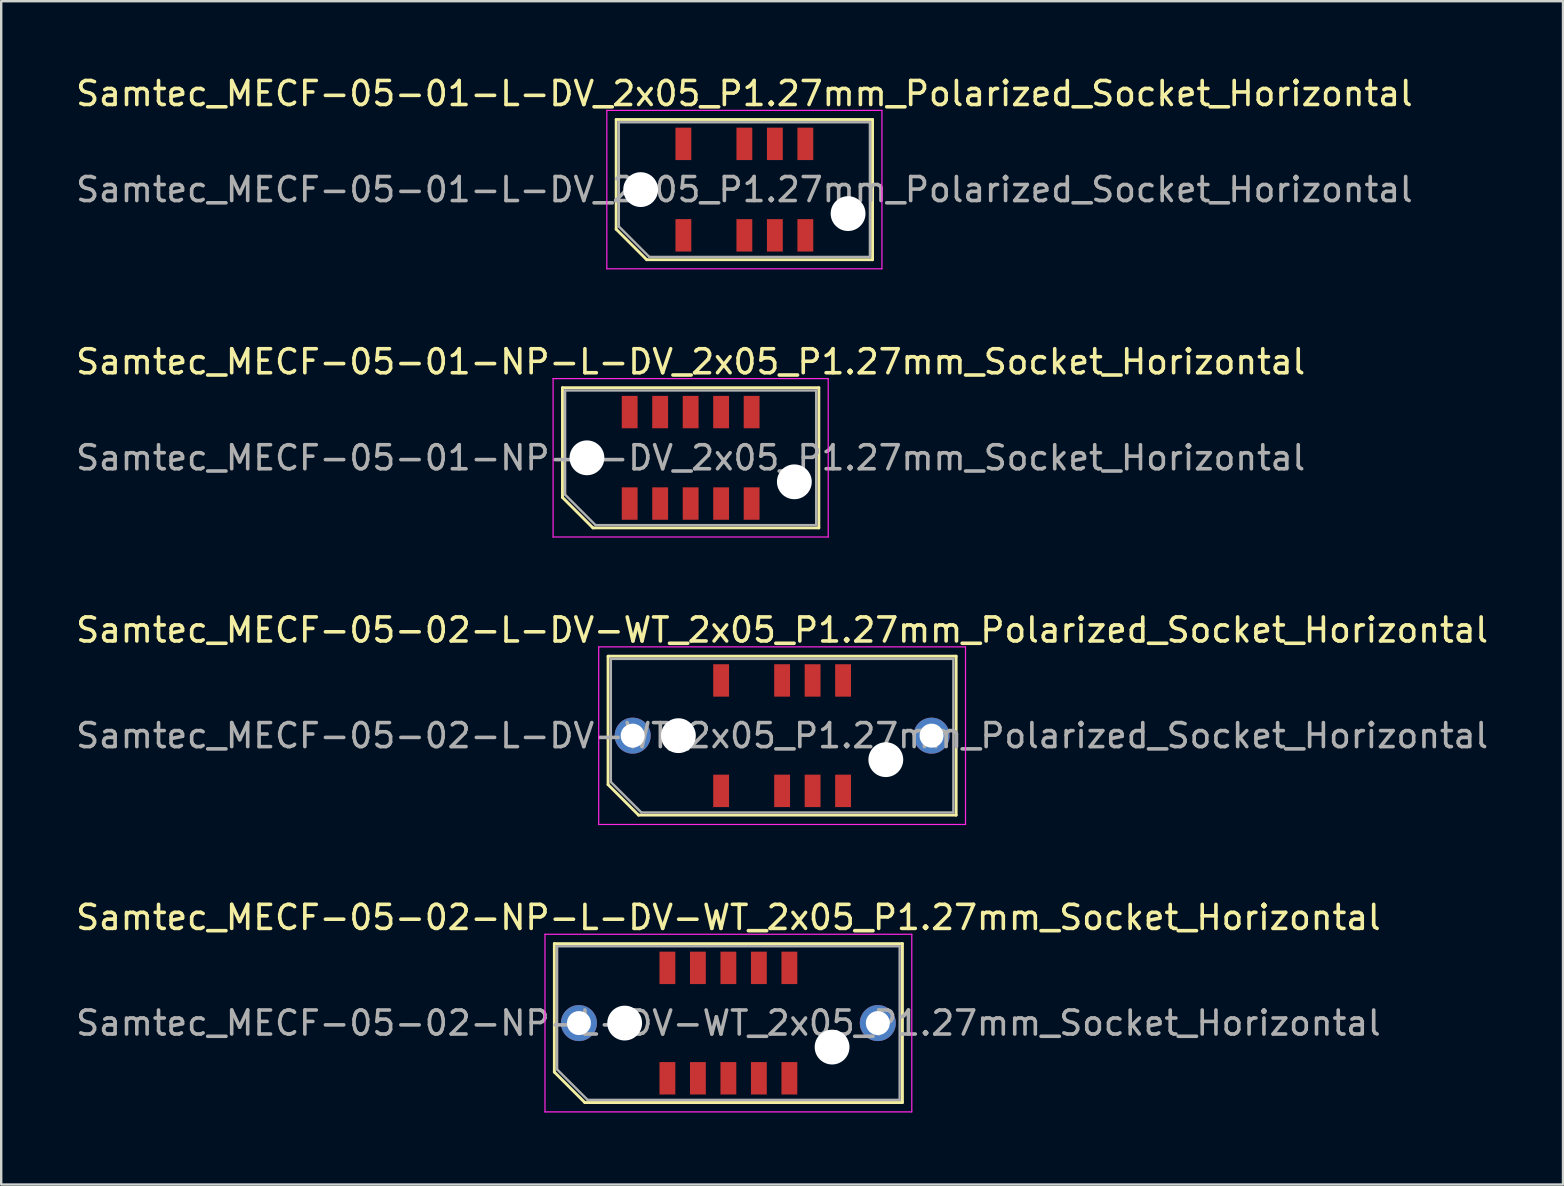
<source format=kicad_pcb>
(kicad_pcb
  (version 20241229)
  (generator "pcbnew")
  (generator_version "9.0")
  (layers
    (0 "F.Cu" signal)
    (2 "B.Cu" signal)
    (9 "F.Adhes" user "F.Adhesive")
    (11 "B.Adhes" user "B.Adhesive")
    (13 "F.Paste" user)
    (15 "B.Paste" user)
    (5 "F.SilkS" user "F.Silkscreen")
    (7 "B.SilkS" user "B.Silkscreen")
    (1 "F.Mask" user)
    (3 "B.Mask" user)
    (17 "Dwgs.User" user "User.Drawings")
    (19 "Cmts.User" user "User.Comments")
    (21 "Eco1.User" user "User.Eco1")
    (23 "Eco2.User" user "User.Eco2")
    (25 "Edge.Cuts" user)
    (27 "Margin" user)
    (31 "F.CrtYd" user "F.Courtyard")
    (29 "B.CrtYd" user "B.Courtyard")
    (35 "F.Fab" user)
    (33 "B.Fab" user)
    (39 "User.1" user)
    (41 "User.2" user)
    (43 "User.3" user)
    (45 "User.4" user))
  (footprint "Samtec_MECF-05-01-NP-L-DV_2x05_P1.27mm_Socket_Horizontal"
    (layer "F.Cu")
    (at 25.72 16.021)
    (property "Reference" "Samtec_MECF-05-01-NP-L-DV_2x05_P1.27mm_Socket_Horizontal" (at 0 -4 0) (layer "F.SilkS") (effects (font (size 1 1) (thickness 0.15))))
    (attr smd)
    (fp_line (start -5.34 -2.92) (end 5.34 -2.92) (stroke (width 0.12) (type solid)) (layer "F.SilkS"))
    (fp_line (start -5.34 1.65) (end -5.34 -2.92) (stroke (width 0.12) (type solid)) (layer "F.SilkS"))
    (fp_line (start -4.07 2.92) (end -5.34 1.65) (stroke (width 0.12) (type solid)) (layer "F.SilkS"))
    (fp_line (start -4.07 2.92) (end 5.34 2.92) (stroke (width 0.12) (type solid)) (layer "F.SilkS"))
    (fp_line (start 5.34 2.92) (end 5.34 -2.92) (stroke (width 0.12) (type solid)) (layer "F.SilkS"))
    (fp_line (start -5.73 -3.3) (end -5.73 3.3) (stroke (width 0.05) (type solid)) (layer "F.CrtYd"))
    (fp_line (start -5.73 3.3) (end 5.73 3.3) (stroke (width 0.05) (type solid)) (layer "F.CrtYd"))
    (fp_line (start 5.73 -3.3) (end -5.73 -3.3) (stroke (width 0.05) (type solid)) (layer "F.CrtYd"))
    (fp_line (start 5.73 3.3) (end 5.73 -3.3) (stroke (width 0.05) (type solid)) (layer "F.CrtYd"))
    (fp_line (start -5.23 -2.805) (end 5.23 -2.805) (stroke (width 0.1) (type solid)) (layer "F.Fab"))
    (fp_line (start -5.23 1.535) (end -5.23 -2.805) (stroke (width 0.1) (type solid)) (layer "F.Fab"))
    (fp_line (start -5.23 1.535) (end -3.96 2.805) (stroke (width 0.1) (type solid)) (layer "F.Fab"))
    (fp_line (start -3.96 2.805) (end 5.23 2.805) (stroke (width 0.1) (type solid)) (layer "F.Fab"))
    (fp_line (start 5.23 2.805) (end 5.23 -2.805) (stroke (width 0.1) (type solid)) (layer "F.Fab"))
    (fp_text user "${REFERENCE}" (at 0 0 0) (layer "F.Fab") (effects (font (size 1 1) (thickness 0.15))))
    (pad "" np_thru_hole circle (at -4.32 0) (size 1.45 1.45) (drill 1.45) (layers "*.Cu" "*.Mask"))
    (pad "" np_thru_hole circle (at 4.32 1) (size 1.45 1.45) (drill 1.45) (layers "*.Cu" "*.Mask"))
    (pad "1" smd rect (at -2.54 1.905) (size 0.66 1.35) (layers "F.Cu" "F.Mask" "F.Paste"))
    (pad "2" smd rect (at -2.54 -1.905) (size 0.66 1.35) (layers "F.Cu" "F.Mask" "F.Paste"))
    (pad "3" smd rect (at -1.27 1.905) (size 0.66 1.35) (layers "F.Cu" "F.Mask" "F.Paste"))
    (pad "4" smd rect (at -1.27 -1.905) (size 0.66 1.35) (layers "F.Cu" "F.Mask" "F.Paste"))
    (pad "5" smd rect (at 0 1.905) (size 0.66 1.35) (layers "F.Cu" "F.Mask" "F.Paste"))
    (pad "6" smd rect (at 0 -1.905) (size 0.66 1.35) (layers "F.Cu" "F.Mask" "F.Paste"))
    (pad "7" smd rect (at 1.27 1.905) (size 0.66 1.35) (layers "F.Cu" "F.Mask" "F.Paste"))
    (pad "8" smd rect (at 1.27 -1.905) (size 0.66 1.35) (layers "F.Cu" "F.Mask" "F.Paste"))
    (pad "9" smd rect (at 2.54 1.905) (size 0.66 1.35) (layers "F.Cu" "F.Mask" "F.Paste"))
    (pad "10" smd rect (at 2.54 -1.905) (size 0.66 1.35) (layers "F.Cu" "F.Mask" "F.Paste")))
  (footprint "Samtec_MECF-05-01-L-DV_2x05_P1.27mm_Polarized_Socket_Horizontal"
    (layer "F.Cu")
    (at 27.958 4.848)
    (property "Reference" "Samtec_MECF-05-01-L-DV_2x05_P1.27mm_Polarized_Socket_Horizontal" (at 0 -4 0) (layer "F.SilkS") (effects (font (size 1 1) (thickness 0.15))))
    (attr smd)
    (fp_line (start -5.34 -2.92) (end 5.34 -2.92) (stroke (width 0.12) (type solid)) (layer "F.SilkS"))
    (fp_line (start -5.34 1.65) (end -5.34 -2.92) (stroke (width 0.12) (type solid)) (layer "F.SilkS"))
    (fp_line (start -4.07 2.92) (end -5.34 1.65) (stroke (width 0.12) (type solid)) (layer "F.SilkS"))
    (fp_line (start -4.07 2.92) (end 5.34 2.92) (stroke (width 0.12) (type solid)) (layer "F.SilkS"))
    (fp_line (start 5.34 2.92) (end 5.34 -2.92) (stroke (width 0.12) (type solid)) (layer "F.SilkS"))
    (fp_line (start -5.73 -3.3) (end -5.73 3.3) (stroke (width 0.05) (type solid)) (layer "F.CrtYd"))
    (fp_line (start -5.73 3.3) (end 5.73 3.3) (stroke (width 0.05) (type solid)) (layer "F.CrtYd"))
    (fp_line (start 5.73 -3.3) (end -5.73 -3.3) (stroke (width 0.05) (type solid)) (layer "F.CrtYd"))
    (fp_line (start 5.73 3.3) (end 5.73 -3.3) (stroke (width 0.05) (type solid)) (layer "F.CrtYd"))
    (fp_line (start -5.23 -2.805) (end 5.23 -2.805) (stroke (width 0.1) (type solid)) (layer "F.Fab"))
    (fp_line (start -5.23 1.535) (end -5.23 -2.805) (stroke (width 0.1) (type solid)) (layer "F.Fab"))
    (fp_line (start -5.23 1.535) (end -3.96 2.805) (stroke (width 0.1) (type solid)) (layer "F.Fab"))
    (fp_line (start -3.96 2.805) (end 5.23 2.805) (stroke (width 0.1) (type solid)) (layer "F.Fab"))
    (fp_line (start 5.23 2.805) (end 5.23 -2.805) (stroke (width 0.1) (type solid)) (layer "F.Fab"))
    (fp_text user "${REFERENCE}" (at 0 0 0) (layer "F.Fab") (effects (font (size 1 1) (thickness 0.15))))
    (pad "" np_thru_hole circle (at -4.32 0) (size 1.45 1.45) (drill 1.45) (layers "*.Cu" "*.Mask"))
    (pad "" np_thru_hole circle (at 4.32 1) (size 1.45 1.45) (drill 1.45) (layers "*.Cu" "*.Mask"))
    (pad "1" smd rect (at -2.54 1.905) (size 0.66 1.35) (layers "F.Cu" "F.Mask" "F.Paste"))
    (pad "2" smd rect (at -2.54 -1.905) (size 0.66 1.35) (layers "F.Cu" "F.Mask" "F.Paste"))
    (pad "5" smd rect (at 0 1.905) (size 0.66 1.35) (layers "F.Cu" "F.Mask" "F.Paste"))
    (pad "6" smd rect (at 0 -1.905) (size 0.66 1.35) (layers "F.Cu" "F.Mask" "F.Paste"))
    (pad "7" smd rect (at 1.27 1.905) (size 0.66 1.35) (layers "F.Cu" "F.Mask" "F.Paste"))
    (pad "8" smd rect (at 1.27 -1.905) (size 0.66 1.35) (layers "F.Cu" "F.Mask" "F.Paste"))
    (pad "9" smd rect (at 2.54 1.905) (size 0.66 1.35) (layers "F.Cu" "F.Mask" "F.Paste"))
    (pad "10" smd rect (at 2.54 -1.905) (size 0.66 1.35) (layers "F.Cu" "F.Mask" "F.Paste")))
  (footprint "Samtec_MECF-05-02-L-DV-WT_2x05_P1.27mm_Polarized_Socket_Horizontal"
    (layer "F.Cu")
    (at 29.53 27.595)
    (property "Reference" "Samtec_MECF-05-02-L-DV-WT_2x05_P1.27mm_Polarized_Socket_Horizontal" (at 0 -4.4 0) (layer "F.SilkS") (effects (font (size 1 1) (thickness 0.15))))
    (attr smd)
    (fp_line (start -7.25 -3.31) (end 7.25 -3.31) (stroke (width 0.12) (type solid)) (layer "F.SilkS"))
    (fp_line (start -7.25 2.04) (end -7.25 -3.31) (stroke (width 0.12) (type solid)) (layer "F.SilkS"))
    (fp_line (start -5.98 3.31) (end -7.25 2.04) (stroke (width 0.12) (type solid)) (layer "F.SilkS"))
    (fp_line (start -5.98 3.31) (end 7.25 3.31) (stroke (width 0.12) (type solid)) (layer "F.SilkS"))
    (fp_line (start 7.25 3.31) (end 7.25 -3.31) (stroke (width 0.12) (type solid)) (layer "F.SilkS"))
    (fp_line (start -7.64 -3.7) (end -7.64 3.7) (stroke (width 0.05) (type solid)) (layer "F.CrtYd"))
    (fp_line (start -7.64 3.7) (end 7.64 3.7) (stroke (width 0.05) (type solid)) (layer "F.CrtYd"))
    (fp_line (start 7.64 -3.7) (end -7.64 -3.7) (stroke (width 0.05) (type solid)) (layer "F.CrtYd"))
    (fp_line (start 7.64 3.7) (end 7.64 -3.7) (stroke (width 0.05) (type solid)) (layer "F.CrtYd"))
    (fp_line (start -7.135 -3.2) (end 7.135 -3.2) (stroke (width 0.1) (type solid)) (layer "F.Fab"))
    (fp_line (start -7.135 1.93) (end -7.135 -3.2) (stroke (width 0.1) (type solid)) (layer "F.Fab"))
    (fp_line (start -7.135 1.93) (end -5.865 3.2) (stroke (width 0.1) (type solid)) (layer "F.Fab"))
    (fp_line (start -5.865 3.2) (end 7.135 3.2) (stroke (width 0.1) (type solid)) (layer "F.Fab"))
    (fp_line (start 7.135 3.2) (end 7.135 -3.2) (stroke (width 0.1) (type solid)) (layer "F.Fab"))
    (fp_text user "${REFERENCE}" (at 0 0 0) (layer "F.Fab") (effects (font (size 1 1) (thickness 0.15))))
    (pad "" thru_hole circle (at -6.225 0) (size 1.5 1.5) (drill 1) (layers "*.Cu" "*.Mask"))
    (pad "" np_thru_hole circle (at -4.32 0) (size 1.45 1.45) (drill 1.45) (layers "*.Cu" "*.Mask"))
    (pad "" np_thru_hole circle (at 4.32 1) (size 1.45 1.45) (drill 1.45) (layers "*.Cu" "*.Mask"))
    (pad "" thru_hole circle (at 6.225 0) (size 1.5 1.5) (drill 1) (layers "*.Cu" "*.Mask"))
    (pad "1" smd rect (at -2.54 2.3) (size 0.66 1.35) (layers "F.Cu" "F.Mask" "F.Paste"))
    (pad "2" smd rect (at -2.54 -2.3) (size 0.66 1.35) (layers "F.Cu" "F.Mask" "F.Paste"))
    (pad "5" smd rect (at 0 2.3) (size 0.66 1.35) (layers "F.Cu" "F.Mask" "F.Paste"))
    (pad "6" smd rect (at 0 -2.3) (size 0.66 1.35) (layers "F.Cu" "F.Mask" "F.Paste"))
    (pad "7" smd rect (at 1.27 2.3) (size 0.66 1.35) (layers "F.Cu" "F.Mask" "F.Paste"))
    (pad "8" smd rect (at 1.27 -2.3) (size 0.66 1.35) (layers "F.Cu" "F.Mask" "F.Paste"))
    (pad "9" smd rect (at 2.54 2.3) (size 0.66 1.35) (layers "F.Cu" "F.Mask" "F.Paste"))
    (pad "10" smd rect (at 2.54 -2.3) (size 0.66 1.35) (layers "F.Cu" "F.Mask" "F.Paste")))
  (footprint "Samtec_MECF-05-02-NP-L-DV-WT_2x05_P1.27mm_Socket_Horizontal"
    (layer "F.Cu")
    (at 27.292 39.568)
    (property "Reference" "Samtec_MECF-05-02-NP-L-DV-WT_2x05_P1.27mm_Socket_Horizontal" (at 0 -4.4 0) (layer "F.SilkS") (effects (font (size 1 1) (thickness 0.15))))
    (attr smd)
    (fp_line (start -7.25 -3.31) (end 7.25 -3.31) (stroke (width 0.12) (type solid)) (layer "F.SilkS"))
    (fp_line (start -7.25 2.04) (end -7.25 -3.31) (stroke (width 0.12) (type solid)) (layer "F.SilkS"))
    (fp_line (start -5.98 3.31) (end -7.25 2.04) (stroke (width 0.12) (type solid)) (layer "F.SilkS"))
    (fp_line (start -5.98 3.31) (end 7.25 3.31) (stroke (width 0.12) (type solid)) (layer "F.SilkS"))
    (fp_line (start 7.25 3.31) (end 7.25 -3.31) (stroke (width 0.12) (type solid)) (layer "F.SilkS"))
    (fp_line (start -7.64 -3.7) (end -7.64 3.7) (stroke (width 0.05) (type solid)) (layer "F.CrtYd"))
    (fp_line (start -7.64 3.7) (end 7.64 3.7) (stroke (width 0.05) (type solid)) (layer "F.CrtYd"))
    (fp_line (start 7.64 -3.7) (end -7.64 -3.7) (stroke (width 0.05) (type solid)) (layer "F.CrtYd"))
    (fp_line (start 7.64 3.7) (end 7.64 -3.7) (stroke (width 0.05) (type solid)) (layer "F.CrtYd"))
    (fp_line (start -7.135 -3.2) (end 7.135 -3.2) (stroke (width 0.1) (type solid)) (layer "F.Fab"))
    (fp_line (start -7.135 1.93) (end -7.135 -3.2) (stroke (width 0.1) (type solid)) (layer "F.Fab"))
    (fp_line (start -7.135 1.93) (end -5.865 3.2) (stroke (width 0.1) (type solid)) (layer "F.Fab"))
    (fp_line (start -5.865 3.2) (end 7.135 3.2) (stroke (width 0.1) (type solid)) (layer "F.Fab"))
    (fp_line (start 7.135 3.2) (end 7.135 -3.2) (stroke (width 0.1) (type solid)) (layer "F.Fab"))
    (fp_text user "${REFERENCE}" (at 0 0 0) (layer "F.Fab") (effects (font (size 1 1) (thickness 0.15))))
    (pad "" thru_hole circle (at -6.225 0) (size 1.5 1.5) (drill 1) (layers "*.Cu" "*.Mask"))
    (pad "" np_thru_hole circle (at -4.32 0) (size 1.45 1.45) (drill 1.45) (layers "*.Cu" "*.Mask"))
    (pad "" np_thru_hole circle (at 4.32 1) (size 1.45 1.45) (drill 1.45) (layers "*.Cu" "*.Mask"))
    (pad "" thru_hole circle (at 6.225 0) (size 1.5 1.5) (drill 1) (layers "*.Cu" "*.Mask"))
    (pad "1" smd rect (at -2.54 2.3) (size 0.66 1.35) (layers "F.Cu" "F.Mask" "F.Paste"))
    (pad "2" smd rect (at -2.54 -2.3) (size 0.66 1.35) (layers "F.Cu" "F.Mask" "F.Paste"))
    (pad "3" smd rect (at -1.27 2.3) (size 0.66 1.35) (layers "F.Cu" "F.Mask" "F.Paste"))
    (pad "4" smd rect (at -1.27 -2.3) (size 0.66 1.35) (layers "F.Cu" "F.Mask" "F.Paste"))
    (pad "5" smd rect (at 0 2.3) (size 0.66 1.35) (layers "F.Cu" "F.Mask" "F.Paste"))
    (pad "6" smd rect (at 0 -2.3) (size 0.66 1.35) (layers "F.Cu" "F.Mask" "F.Paste"))
    (pad "7" smd rect (at 1.27 2.3) (size 0.66 1.35) (layers "F.Cu" "F.Mask" "F.Paste"))
    (pad "8" smd rect (at 1.27 -2.3) (size 0.66 1.35) (layers "F.Cu" "F.Mask" "F.Paste"))
    (pad "9" smd rect (at 2.54 2.3) (size 0.66 1.35) (layers "F.Cu" "F.Mask" "F.Paste"))
    (pad "10" smd rect (at 2.54 -2.3) (size 0.66 1.35) (layers "F.Cu" "F.Mask" "F.Paste")))
  (gr_rect
    (start -3 -3)
    (end 62.06 46.293)
    (stroke (width 0.1) (type default))
    (fill no)
    (layer "Edge.Cuts")))
</source>
